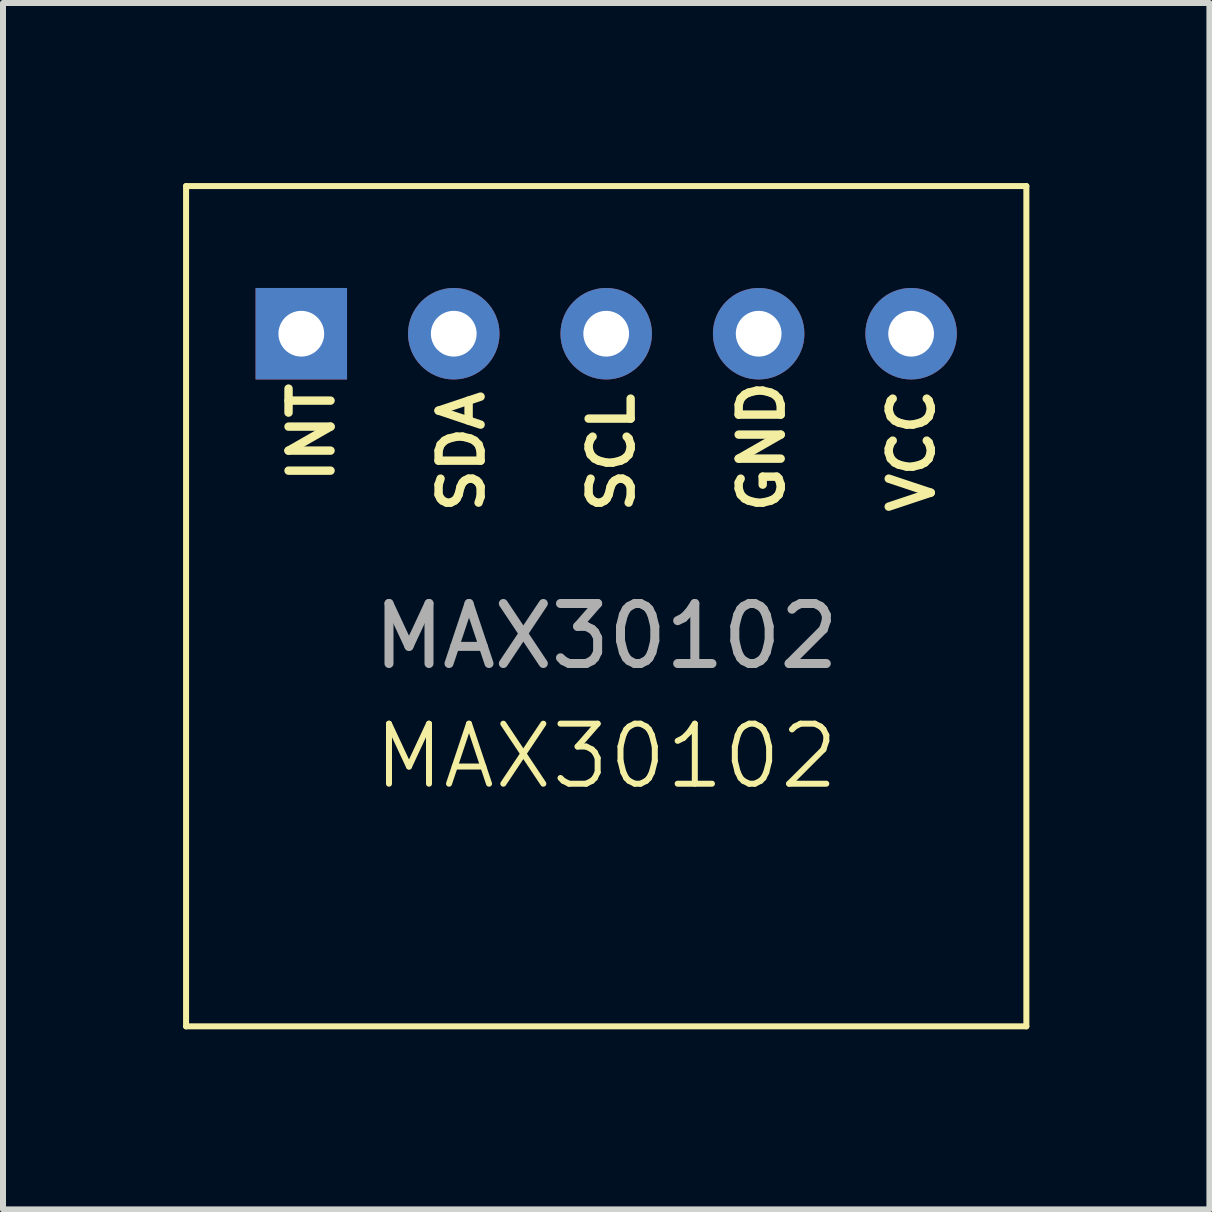
<source format=kicad_pcb>
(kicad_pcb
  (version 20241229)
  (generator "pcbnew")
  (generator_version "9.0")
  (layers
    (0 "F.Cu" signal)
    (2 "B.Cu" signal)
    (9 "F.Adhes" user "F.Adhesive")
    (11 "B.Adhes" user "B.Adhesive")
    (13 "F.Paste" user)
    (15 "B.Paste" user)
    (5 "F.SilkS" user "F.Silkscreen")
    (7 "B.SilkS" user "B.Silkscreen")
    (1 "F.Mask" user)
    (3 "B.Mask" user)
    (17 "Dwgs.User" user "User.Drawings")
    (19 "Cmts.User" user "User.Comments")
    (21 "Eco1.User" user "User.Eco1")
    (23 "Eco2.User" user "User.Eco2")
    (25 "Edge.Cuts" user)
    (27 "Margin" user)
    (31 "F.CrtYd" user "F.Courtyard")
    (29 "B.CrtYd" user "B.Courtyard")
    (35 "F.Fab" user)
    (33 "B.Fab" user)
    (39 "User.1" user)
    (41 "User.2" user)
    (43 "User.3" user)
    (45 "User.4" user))
  (footprint "MAX30102"
    (layer "F.Cu")
    (at 7.05 5.05)
    (property "Reference" "MAX30102" (at 0 4.5 0) (unlocked yes) (layer "F.SilkS") (effects (font (size 1 1) (thickness 0.1))))
    (attr through_hole)
    (fp_line (start -7 -5) (end 7 -5) (stroke (width 0.1) (type default)) (layer "F.SilkS"))
    (fp_line (start -7 9) (end -7 -5) (stroke (width 0.1) (type default)) (layer "F.SilkS"))
    (fp_line (start 7 -5) (end 7 9) (stroke (width 0.1) (type default)) (layer "F.SilkS"))
    (fp_line (start 7 9) (end -7 9) (stroke (width 0.1) (type default)) (layer "F.SilkS"))
    (fp_text user "GND" (at 3 0.5 90) (unlocked yes) (layer "F.SilkS") (effects (font (size 0.7 0.7) (thickness 0.14) (bold yes)) (justify left bottom)))
    (fp_text user "VCC" (at 5.5 0.5 90) (unlocked yes) (layer "F.SilkS") (effects (font (size 0.7 0.7) (thickness 0.14) (bold yes)) (justify left bottom)))
    (fp_text user "SCL" (at 0.5 0.5 90) (unlocked yes) (layer "F.SilkS") (effects (font (size 0.7 0.7) (thickness 0.14) (bold yes)) (justify left bottom)))
    (fp_text user "INT" (at -4.5 0 90) (unlocked yes) (layer "F.SilkS") (effects (font (size 0.7 0.7) (thickness 0.14) (bold yes)) (justify left bottom)))
    (fp_text user "SDA" (at -2 0.5 90) (unlocked yes) (layer "F.SilkS") (effects (font (size 0.7 0.7) (thickness 0.14) (bold yes)) (justify left bottom)))
    (fp_text user "${REFERENCE}" (at 0 2.5 0) (unlocked yes) (layer "F.Fab") (effects (font (size 1 1) (thickness 0.15))))
    (pad "1" thru_hole rect (at -5.08 -2.54) (size 1.524 1.524) (drill 0.762) (layers "*.Cu" "*.Mask"))
    (pad "2" thru_hole circle (at -2.54 -2.54) (size 1.524 1.524) (drill 0.762) (layers "*.Cu" "*.Mask"))
    (pad "3" thru_hole circle (at 0 -2.54) (size 1.524 1.524) (drill 0.762) (layers "*.Cu" "*.Mask"))
    (pad "4" thru_hole circle (at 2.54 -2.54) (size 1.524 1.524) (drill 0.762) (layers "*.Cu" "*.Mask"))
    (pad "5" thru_hole circle (at 5.08 -2.54) (size 1.524 1.524) (drill 0.762) (layers "*.Cu" "*.Mask"))
    (zone (net_name "") (layer "F.SilkS") (hatch edge 0.5) (connect_pads) (min_thickness 0.25) (filled_areas_thickness no) (keepout (tracks allowed) (vias allowed) (pads not_allowed) (copperpour allowed) (footprints not_allowed)) (placement (enabled no)) (fill) (polygon (pts (xy 0.05 0.05) (xy 14.05 0.05) (xy 14.05 14.05) (xy 0.05 14.05)))))
  (gr_rect
    (start -3 -3)
    (end 17.1 17.1)
    (stroke (width 0.1) (type default))
    (fill no)
    (layer "Edge.Cuts")))
</source>
